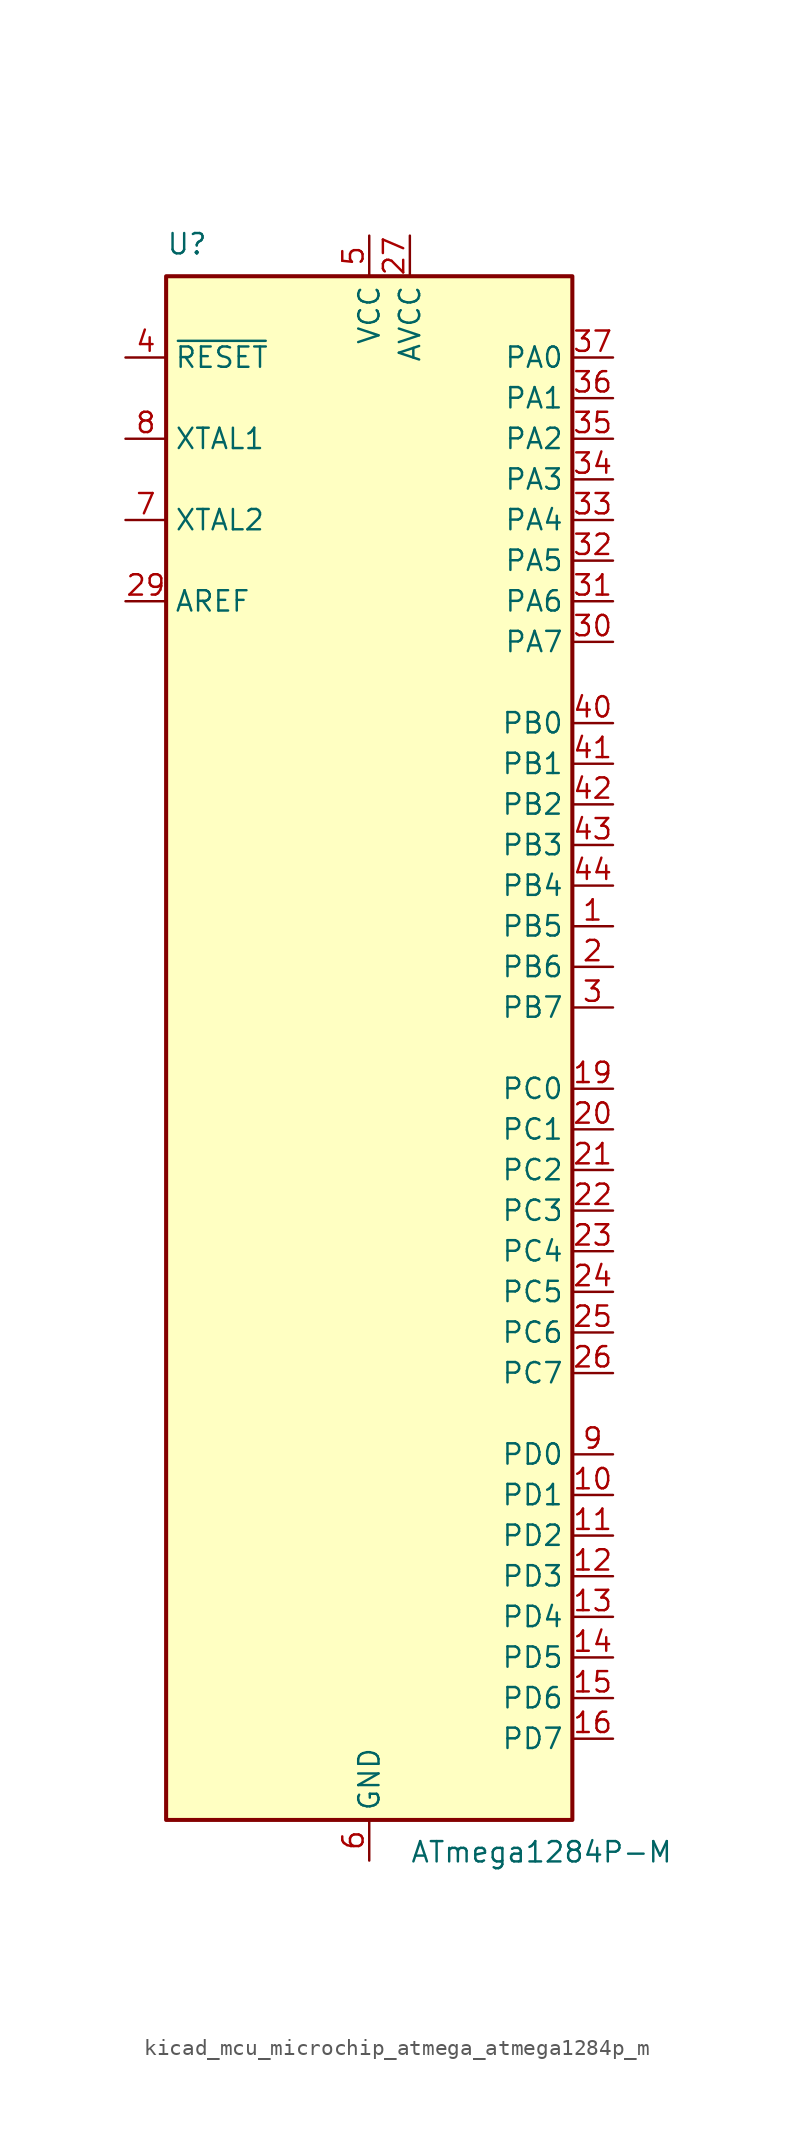
<source format=kicad_sym>
(kicad_symbol_lib
  (version 20220914)
  (generator kicad_symbol_editor)
  (symbol "kicad_mcu_microchip_atmega_atmega1284p_m"
    (property "Reference" "U"
      (at -12.7 49.53 0)
      (effects (font (size 1.27 1.27)) (justify left bottom)))
    (property "Value" "ATmega1284P-M"
      (at 2.54 -49.53 0)
      (effects (font (size 1.27 1.27)) (justify left top)))
    (symbol "kicad_mcu_microchip_atmega_atmega1284p_m_0_1"
      (rectangle (start -12.7 -48.26) (end 12.7 48.26) (stroke (width 0.254) (type default)) (fill (type background))))
    (symbol "kicad_mcu_microchip_atmega_atmega1284p_m_1_1"
      (pin bidirectional line (at 15.24 7.62 180) (length 2.54) (name "PB5" (effects (font (size 1.27 1.27)))) (number "1" (effects (font (size 1.27 1.27)))))
      (pin bidirectional line (at 15.24 -27.94 180) (length 2.54) (name "PD1" (effects (font (size 1.27 1.27)))) (number "10" (effects (font (size 1.27 1.27)))))
      (pin bidirectional line (at 15.24 -30.48 180) (length 2.54) (name "PD2" (effects (font (size 1.27 1.27)))) (number "11" (effects (font (size 1.27 1.27)))))
      (pin bidirectional line (at 15.24 -33.02 180) (length 2.54) (name "PD3" (effects (font (size 1.27 1.27)))) (number "12" (effects (font (size 1.27 1.27)))))
      (pin bidirectional line (at 15.24 -35.56 180) (length 2.54) (name "PD4" (effects (font (size 1.27 1.27)))) (number "13" (effects (font (size 1.27 1.27)))))
      (pin bidirectional line (at 15.24 -38.1 180) (length 2.54) (name "PD5" (effects (font (size 1.27 1.27)))) (number "14" (effects (font (size 1.27 1.27)))))
      (pin bidirectional line (at 15.24 -40.64 180) (length 2.54) (name "PD6" (effects (font (size 1.27 1.27)))) (number "15" (effects (font (size 1.27 1.27)))))
      (pin bidirectional line (at 15.24 -43.18 180) (length 2.54) (name "PD7" (effects (font (size 1.27 1.27)))) (number "16" (effects (font (size 1.27 1.27)))))
      (pin passive line (at 0 50.8 270) (length 2.54) hide (name "VCC" (effects (font (size 1.27 1.27)))) (number "17" (effects (font (size 1.27 1.27)))))
      (pin passive line (at 0 -50.8 90) (length 2.54) hide (name "GND" (effects (font (size 1.27 1.27)))) (number "18" (effects (font (size 1.27 1.27)))))
      (pin bidirectional line (at 15.24 -2.54 180) (length 2.54) (name "PC0" (effects (font (size 1.27 1.27)))) (number "19" (effects (font (size 1.27 1.27)))))
      (pin bidirectional line (at 15.24 5.08 180) (length 2.54) (name "PB6" (effects (font (size 1.27 1.27)))) (number "2" (effects (font (size 1.27 1.27)))))
      (pin bidirectional line (at 15.24 -5.08 180) (length 2.54) (name "PC1" (effects (font (size 1.27 1.27)))) (number "20" (effects (font (size 1.27 1.27)))))
      (pin bidirectional line (at 15.24 -7.62 180) (length 2.54) (name "PC2" (effects (font (size 1.27 1.27)))) (number "21" (effects (font (size 1.27 1.27)))))
      (pin bidirectional line (at 15.24 -10.16 180) (length 2.54) (name "PC3" (effects (font (size 1.27 1.27)))) (number "22" (effects (font (size 1.27 1.27)))))
      (pin bidirectional line (at 15.24 -12.7 180) (length 2.54) (name "PC4" (effects (font (size 1.27 1.27)))) (number "23" (effects (font (size 1.27 1.27)))))
      (pin bidirectional line (at 15.24 -15.24 180) (length 2.54) (name "PC5" (effects (font (size 1.27 1.27)))) (number "24" (effects (font (size 1.27 1.27)))))
      (pin bidirectional line (at 15.24 -17.78 180) (length 2.54) (name "PC6" (effects (font (size 1.27 1.27)))) (number "25" (effects (font (size 1.27 1.27)))))
      (pin bidirectional line (at 15.24 -20.32 180) (length 2.54) (name "PC7" (effects (font (size 1.27 1.27)))) (number "26" (effects (font (size 1.27 1.27)))))
      (pin power_in line (at 2.54 50.8 270) (length 2.54) (name "AVCC" (effects (font (size 1.27 1.27)))) (number "27" (effects (font (size 1.27 1.27)))))
      (pin passive line (at 0 -50.8 90) (length 2.54) hide (name "GND" (effects (font (size 1.27 1.27)))) (number "28" (effects (font (size 1.27 1.27)))))
      (pin passive line (at -15.24 27.94 0) (length 2.54) (name "AREF" (effects (font (size 1.27 1.27)))) (number "29" (effects (font (size 1.27 1.27)))))
      (pin bidirectional line (at 15.24 2.54 180) (length 2.54) (name "PB7" (effects (font (size 1.27 1.27)))) (number "3" (effects (font (size 1.27 1.27)))))
      (pin bidirectional line (at 15.24 25.4 180) (length 2.54) (name "PA7" (effects (font (size 1.27 1.27)))) (number "30" (effects (font (size 1.27 1.27)))))
      (pin bidirectional line (at 15.24 27.94 180) (length 2.54) (name "PA6" (effects (font (size 1.27 1.27)))) (number "31" (effects (font (size 1.27 1.27)))))
      (pin bidirectional line (at 15.24 30.48 180) (length 2.54) (name "PA5" (effects (font (size 1.27 1.27)))) (number "32" (effects (font (size 1.27 1.27)))))
      (pin bidirectional line (at 15.24 33.02 180) (length 2.54) (name "PA4" (effects (font (size 1.27 1.27)))) (number "33" (effects (font (size 1.27 1.27)))))
      (pin bidirectional line (at 15.24 35.56 180) (length 2.54) (name "PA3" (effects (font (size 1.27 1.27)))) (number "34" (effects (font (size 1.27 1.27)))))
      (pin bidirectional line (at 15.24 38.1 180) (length 2.54) (name "PA2" (effects (font (size 1.27 1.27)))) (number "35" (effects (font (size 1.27 1.27)))))
      (pin bidirectional line (at 15.24 40.64 180) (length 2.54) (name "PA1" (effects (font (size 1.27 1.27)))) (number "36" (effects (font (size 1.27 1.27)))))
      (pin bidirectional line (at 15.24 43.18 180) (length 2.54) (name "PA0" (effects (font (size 1.27 1.27)))) (number "37" (effects (font (size 1.27 1.27)))))
      (pin passive line (at 0 50.8 270) (length 2.54) hide (name "VCC" (effects (font (size 1.27 1.27)))) (number "38" (effects (font (size 1.27 1.27)))))
      (pin passive line (at 0 -50.8 90) (length 2.54) hide (name "GND" (effects (font (size 1.27 1.27)))) (number "39" (effects (font (size 1.27 1.27)))))
      (pin input line (at -15.24 43.18 0) (length 2.54) (name "~{RESET}" (effects (font (size 1.27 1.27)))) (number "4" (effects (font (size 1.27 1.27)))))
      (pin bidirectional line (at 15.24 20.32 180) (length 2.54) (name "PB0" (effects (font (size 1.27 1.27)))) (number "40" (effects (font (size 1.27 1.27)))))
      (pin bidirectional line (at 15.24 17.78 180) (length 2.54) (name "PB1" (effects (font (size 1.27 1.27)))) (number "41" (effects (font (size 1.27 1.27)))))
      (pin bidirectional line (at 15.24 15.24 180) (length 2.54) (name "PB2" (effects (font (size 1.27 1.27)))) (number "42" (effects (font (size 1.27 1.27)))))
      (pin bidirectional line (at 15.24 12.7 180) (length 2.54) (name "PB3" (effects (font (size 1.27 1.27)))) (number "43" (effects (font (size 1.27 1.27)))))
      (pin bidirectional line (at 15.24 10.16 180) (length 2.54) (name "PB4" (effects (font (size 1.27 1.27)))) (number "44" (effects (font (size 1.27 1.27)))))
      (pin passive line (at 0 -50.8 90) (length 2.54) hide (name "GND" (effects (font (size 1.27 1.27)))) (number "45" (effects (font (size 1.27 1.27)))))
      (pin power_in line (at 0 50.8 270) (length 2.54) (name "VCC" (effects (font (size 1.27 1.27)))) (number "5" (effects (font (size 1.27 1.27)))))
      (pin power_in line (at 0 -50.8 90) (length 2.54) (name "GND" (effects (font (size 1.27 1.27)))) (number "6" (effects (font (size 1.27 1.27)))))
      (pin output line (at -15.24 33.02 0) (length 2.54) (name "XTAL2" (effects (font (size 1.27 1.27)))) (number "7" (effects (font (size 1.27 1.27)))))
      (pin input line (at -15.24 38.1 0) (length 2.54) (name "XTAL1" (effects (font (size 1.27 1.27)))) (number "8" (effects (font (size 1.27 1.27)))))
      (pin bidirectional line (at 15.24 -25.4 180) (length 2.54) (name "PD0" (effects (font (size 1.27 1.27)))) (number "9" (effects (font (size 1.27 1.27))))))))
</source>
